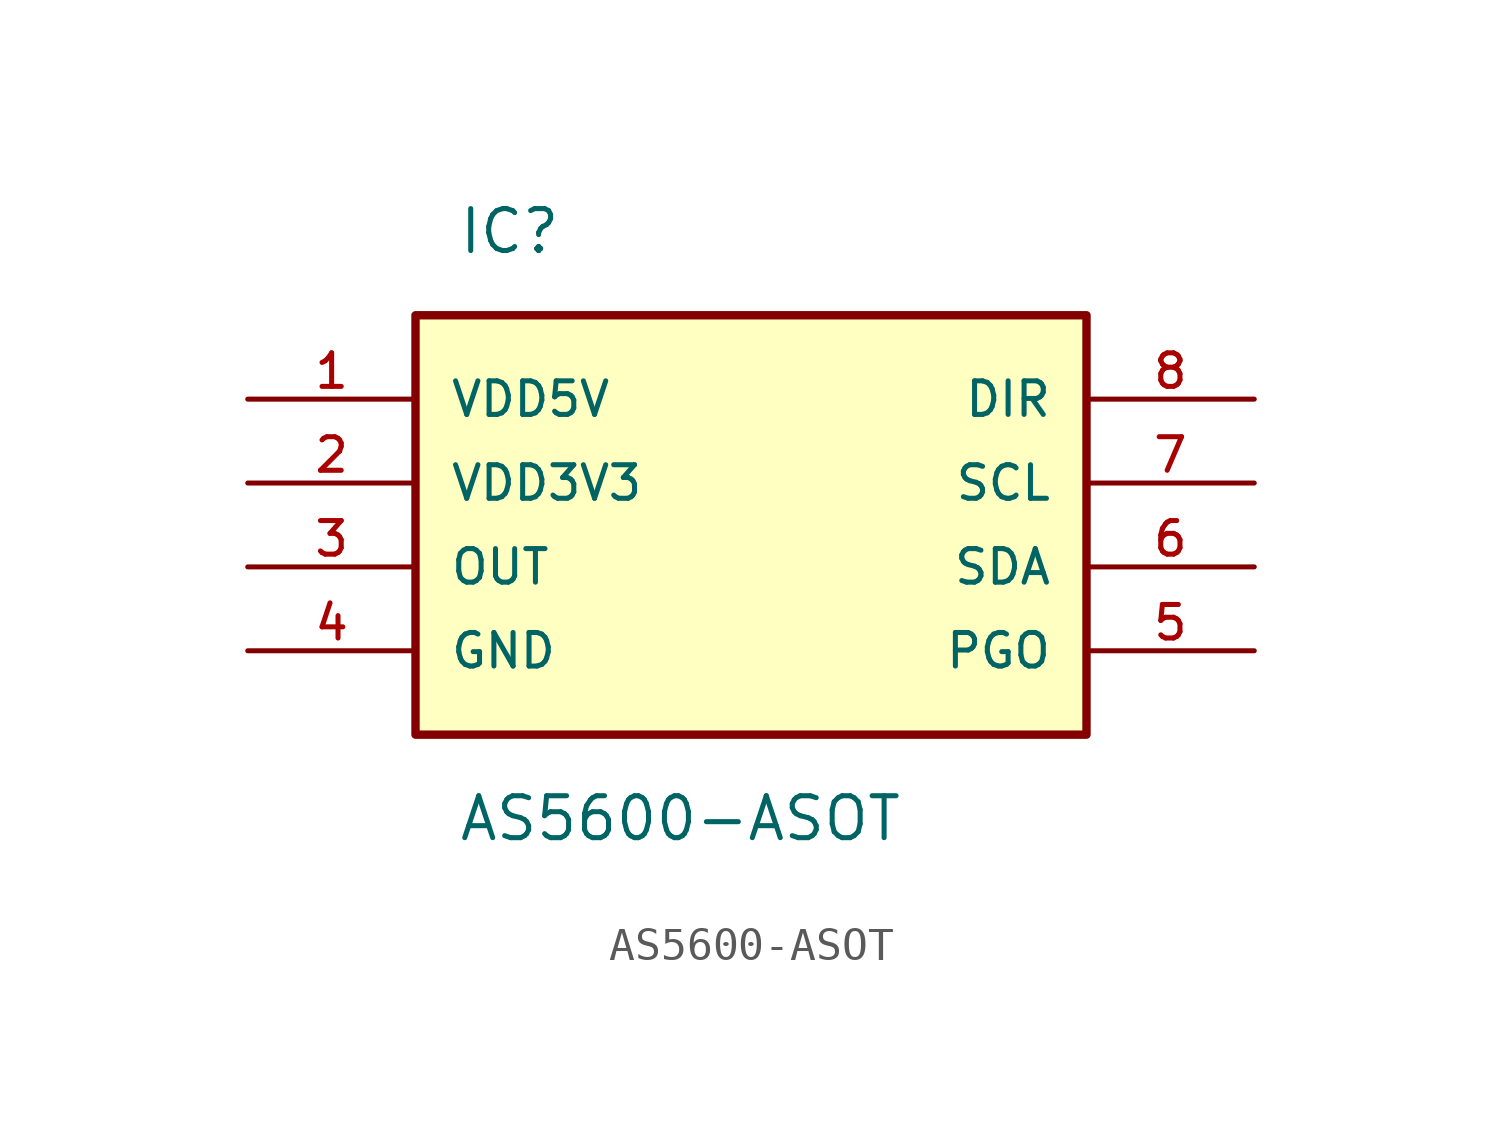
<source format=kicad_sym>
(kicad_symbol_lib
  (version 20211014)
  (generator kicad_symbol_editor)
  (symbol "AS5600-ASOT"
    (pin_names
      (offset 1.016))
    (property "Reference" "IC"
      (at 6.35 5.08 0)
      (effects (font (size 1.27 1.27)) (justify left)))
    (property "Value" "AS5600-ASOT"
      (at 6.35 -12.7 0)
      (effects (font (size 1.27 1.27)) (justify left)))
    (symbol "AS5600-ASOT_0_0"
      (rectangle (start 5.08 -10.16) (end 25.4 2.54) (stroke (width 0.254)) (fill (type background)))
      (pin bidirectional line (at 0.0 0.0 0) (length 5.08) (name "VDD5V" (effects (font (size 1.016 1.016)))) (number "1" (effects (font (size 1.016 1.016)))))
      (pin bidirectional line (at 0.0 -2.54 0) (length 5.08) (name "VDD3V3" (effects (font (size 1.016 1.016)))) (number "2" (effects (font (size 1.016 1.016)))))
      (pin bidirectional line (at 0.0 -5.08 0) (length 5.08) (name "OUT" (effects (font (size 1.016 1.016)))) (number "3" (effects (font (size 1.016 1.016)))))
      (pin bidirectional line (at 0.0 -7.62 0) (length 5.08) (name "GND" (effects (font (size 1.016 1.016)))) (number "4" (effects (font (size 1.016 1.016)))))
      (pin bidirectional line (at 30.48 0.0 180.0) (length 5.08) (name "DIR" (effects (font (size 1.016 1.016)))) (number "8" (effects (font (size 1.016 1.016)))))
      (pin bidirectional line (at 30.48 -2.54 180.0) (length 5.08) (name "SCL" (effects (font (size 1.016 1.016)))) (number "7" (effects (font (size 1.016 1.016)))))
      (pin bidirectional line (at 30.48 -5.08 180.0) (length 5.08) (name "SDA" (effects (font (size 1.016 1.016)))) (number "6" (effects (font (size 1.016 1.016)))))
      (pin bidirectional line (at 30.48 -7.62 180.0) (length 5.08) (name "PGO" (effects (font (size 1.016 1.016)))) (number "5" (effects (font (size 1.016 1.016))))))))
</source>
